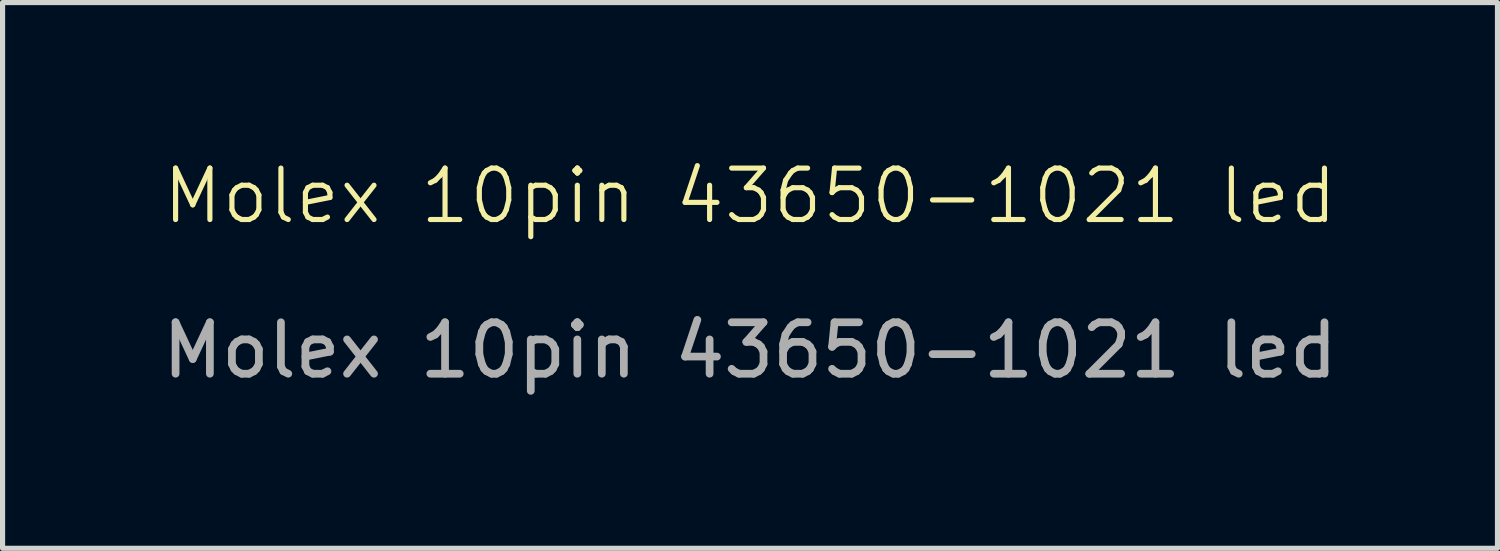
<source format=kicad_pcb>
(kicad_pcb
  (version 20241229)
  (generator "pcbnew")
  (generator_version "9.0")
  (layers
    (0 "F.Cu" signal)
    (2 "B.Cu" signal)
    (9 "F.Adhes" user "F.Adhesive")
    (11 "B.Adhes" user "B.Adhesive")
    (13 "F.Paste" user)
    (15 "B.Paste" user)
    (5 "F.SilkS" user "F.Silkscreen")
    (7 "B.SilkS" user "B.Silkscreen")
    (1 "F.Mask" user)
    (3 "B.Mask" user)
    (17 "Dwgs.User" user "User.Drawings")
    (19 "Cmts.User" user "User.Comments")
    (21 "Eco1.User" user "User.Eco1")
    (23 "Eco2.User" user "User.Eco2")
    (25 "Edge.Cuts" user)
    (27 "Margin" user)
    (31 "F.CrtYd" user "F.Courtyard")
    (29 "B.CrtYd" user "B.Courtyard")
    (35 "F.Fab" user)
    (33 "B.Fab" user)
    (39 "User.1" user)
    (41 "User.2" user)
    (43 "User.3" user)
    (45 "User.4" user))
  (footprint "Molex 10pin 43650-1021 led"
    (layer "F.Cu")
    (at 11.53 1.26)
    (property "Reference" "Molex 10pin 43650-1021 led" (at 0 -0.5 0) (unlocked yes) (layer "F.SilkS") (effects (font (size 1 1) (thickness 0.1))))
    (attr smd)
    (fp_text user "${REFERENCE}" (at 0 2.5 0) (unlocked yes) (layer "F.Fab") (effects (font (size 1 1) (thickness 0.15)))))
  (gr_rect
    (start -3 -3)
    (end 26.06 7.609)
    (stroke (width 0.1) (type default))
    (fill no)
    (layer "Edge.Cuts")))
</source>
